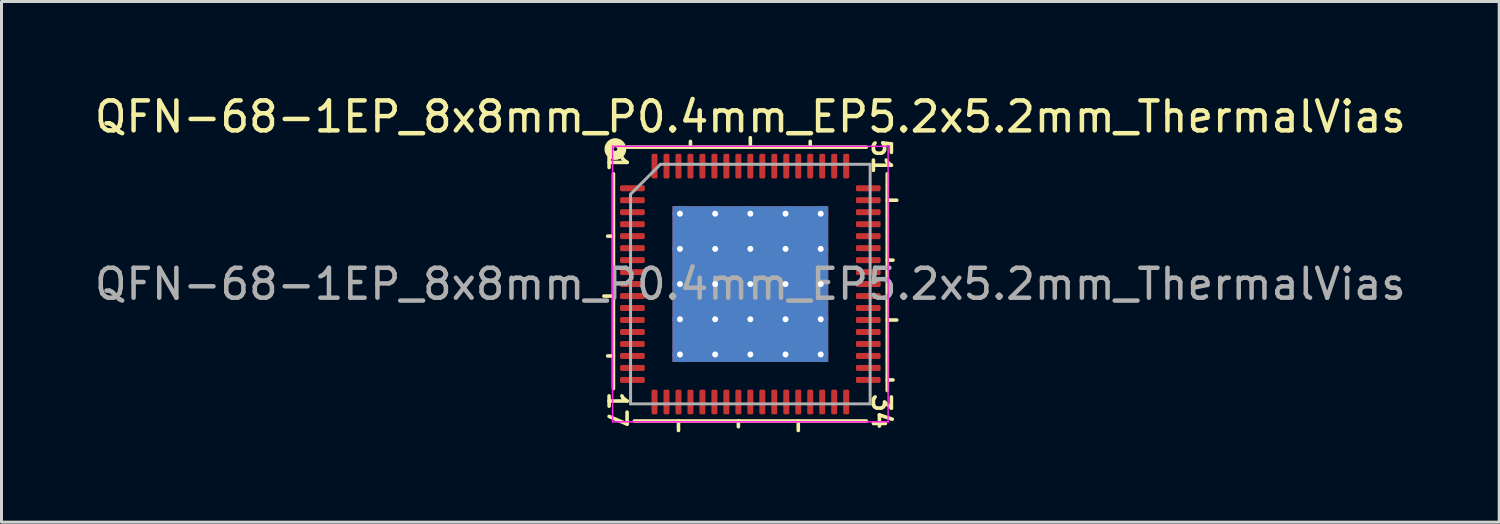
<source format=kicad_pcb>
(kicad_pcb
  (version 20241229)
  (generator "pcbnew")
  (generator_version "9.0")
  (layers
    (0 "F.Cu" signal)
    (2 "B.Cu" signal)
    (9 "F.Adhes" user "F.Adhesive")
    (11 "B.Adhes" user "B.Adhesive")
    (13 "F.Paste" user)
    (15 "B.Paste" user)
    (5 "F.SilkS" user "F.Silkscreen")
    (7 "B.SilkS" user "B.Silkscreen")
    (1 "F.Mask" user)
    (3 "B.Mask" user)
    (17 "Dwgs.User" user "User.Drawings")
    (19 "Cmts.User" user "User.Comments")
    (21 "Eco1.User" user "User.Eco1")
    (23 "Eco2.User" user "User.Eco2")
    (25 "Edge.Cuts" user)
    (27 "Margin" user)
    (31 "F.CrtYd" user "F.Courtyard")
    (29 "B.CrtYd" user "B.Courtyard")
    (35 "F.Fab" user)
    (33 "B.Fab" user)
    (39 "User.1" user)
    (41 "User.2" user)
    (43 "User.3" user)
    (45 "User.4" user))
  (footprint "QFN-68-1EP_8x8mm_P0.4mm_EP5.2x5.2mm_ThermalVias"
    (layer "F.Cu")
    (at 22.006 6.436)
    (property "Reference" "QFN-68-1EP_8x8mm_P0.4mm_EP5.2x5.2mm_ThermalVias" (at 0 -5.588 0) (layer "F.SilkS") (effects (font (size 1 1) (thickness 0.15))))
    (attr smd)
    (fp_line (start -4.572 -3.683) (end -4.572 3.493) (stroke (width 0.12) (type solid)) (layer "F.SilkS"))
    (fp_line (start -4.572 -1.6) (end -4.763 -1.6) (stroke (width 0.12) (type solid)) (layer "F.SilkS"))
    (fp_line (start -4.572 0.4) (end -4.889 0.4) (stroke (width 0.12) (type solid)) (layer "F.SilkS"))
    (fp_line (start -4.572 2.4) (end -4.763 2.4) (stroke (width 0.12) (type solid)) (layer "F.SilkS"))
    (fp_line (start -3.873 4.572) (end 3.873 4.572) (stroke (width 0.12) (type solid)) (layer "F.SilkS"))
    (fp_line (start -2.4 4.572) (end -2.4 4.889) (stroke (width 0.12) (type solid)) (layer "F.SilkS"))
    (fp_line (start -2 -4.572) (end -2 -4.763) (stroke (width 0.12) (type solid)) (layer "F.SilkS"))
    (fp_line (start -0.4 4.572) (end -0.4 4.763) (stroke (width 0.12) (type solid)) (layer "F.SilkS"))
    (fp_line (start 0 -4.572) (end 0 -4.889) (stroke (width 0.12) (type solid)) (layer "F.SilkS"))
    (fp_line (start 1.6 4.572) (end 1.6 4.889) (stroke (width 0.12) (type solid)) (layer "F.SilkS"))
    (fp_line (start 2 -4.572) (end 2 -4.763) (stroke (width 0.12) (type solid)) (layer "F.SilkS"))
    (fp_line (start 3.873 -4.572) (end -4.128 -4.572) (stroke (width 0.12) (type solid)) (layer "F.SilkS"))
    (fp_line (start 4.572 -2.8) (end 4.889 -2.8) (stroke (width 0.12) (type solid)) (layer "F.SilkS"))
    (fp_line (start 4.572 -0.8) (end 4.763 -0.8) (stroke (width 0.12) (type solid)) (layer "F.SilkS"))
    (fp_line (start 4.572 1.2) (end 4.889 1.2) (stroke (width 0.12) (type solid)) (layer "F.SilkS"))
    (fp_line (start 4.572 3.2) (end 4.763 3.2) (stroke (width 0.12) (type solid)) (layer "F.SilkS"))
    (fp_line (start 4.572 3.556) (end 4.572 -3.683) (stroke (width 0.12) (type solid)) (layer "F.SilkS"))
    (fp_circle (center -4.508 -4.508) (end -4.445 -4.508) (stroke (width 0.3) (type solid)) (fill no) (layer "F.SilkS"))
    (fp_line (start -4.6 -4.6) (end -4.6 4.6) (stroke (width 0.05) (type solid)) (layer "F.CrtYd"))
    (fp_line (start -4.6 4.6) (end 4.6 4.6) (stroke (width 0.05) (type solid)) (layer "F.CrtYd"))
    (fp_line (start 4.6 -4.6) (end -4.6 -4.6) (stroke (width 0.05) (type solid)) (layer "F.CrtYd"))
    (fp_line (start 4.6 4.6) (end 4.6 -4.6) (stroke (width 0.05) (type solid)) (layer "F.CrtYd"))
    (fp_line (start -4 -3) (end -3 -4) (stroke (width 0.1) (type solid)) (layer "F.Fab"))
    (fp_line (start -4 4) (end -4 -3) (stroke (width 0.1) (type solid)) (layer "F.Fab"))
    (fp_line (start -3 -4) (end 4 -4) (stroke (width 0.1) (type solid)) (layer "F.Fab"))
    (fp_line (start 4 -4) (end 4 4) (stroke (width 0.1) (type solid)) (layer "F.Fab"))
    (fp_line (start 4 4) (end -4 4) (stroke (width 0.1) (type solid)) (layer "F.Fab"))
    (fp_text user "17" (at -4.445 4.191 270) (unlocked yes) (layer "F.SilkS") (effects (font (size 0.6 0.6) (thickness 0.12))))
    (fp_text user "1" (at -4.445 -4.064 270) (unlocked yes) (layer "F.SilkS") (effects (font (size 0.6 0.6) (thickness 0.12))))
    (fp_text user "51" (at 4.381 -4.255 270) (unlocked yes) (layer "F.SilkS") (effects (font (size 0.6 0.6) (thickness 0.12))))
    (fp_text user "34" (at 4.381 4.255 270) (unlocked yes) (layer "F.SilkS") (effects (font (size 0.6 0.6) (thickness 0.12))))
    (fp_text user "${REFERENCE}" (at 0 0 0) (layer "F.Fab") (effects (font (size 1 1) (thickness 0.15))))
    (pad "" smd roundrect (at -1.762 -1.762) (size 1.007 1.007) (layers "F.Paste") (roundrect_rratio 0.248))
    (pad "" smd roundrect (at -1.762 -0.588) (size 1.007 1.007) (layers "F.Paste") (roundrect_rratio 0.248))
    (pad "" smd roundrect (at -1.762 0.588) (size 1.007 1.007) (layers "F.Paste") (roundrect_rratio 0.248))
    (pad "" smd roundrect (at -1.762 1.762) (size 1.007 1.007) (layers "F.Paste") (roundrect_rratio 0.248))
    (pad "" smd roundrect (at -0.588 -1.762) (size 1.007 1.007) (layers "F.Paste") (roundrect_rratio 0.248))
    (pad "" smd roundrect (at -0.588 -0.588) (size 1.007 1.007) (layers "F.Paste") (roundrect_rratio 0.248))
    (pad "" smd roundrect (at -0.588 0.588) (size 1.007 1.007) (layers "F.Paste") (roundrect_rratio 0.248))
    (pad "" smd roundrect (at -0.588 1.762) (size 1.007 1.007) (layers "F.Paste") (roundrect_rratio 0.248))
    (pad "" smd roundrect (at 0.588 -1.762) (size 1.007 1.007) (layers "F.Paste") (roundrect_rratio 0.248))
    (pad "" smd roundrect (at 0.588 -0.588) (size 1.007 1.007) (layers "F.Paste") (roundrect_rratio 0.248))
    (pad "" smd roundrect (at 0.588 0.588) (size 1.007 1.007) (layers "F.Paste") (roundrect_rratio 0.248))
    (pad "" smd roundrect (at 0.588 1.762) (size 1.007 1.007) (layers "F.Paste") (roundrect_rratio 0.248))
    (pad "" smd roundrect (at 1.762 -1.762) (size 1.007 1.007) (layers "F.Paste") (roundrect_rratio 0.248))
    (pad "" smd roundrect (at 1.762 -0.588) (size 1.007 1.007) (layers "F.Paste") (roundrect_rratio 0.248))
    (pad "" smd roundrect (at 1.762 0.588) (size 1.007 1.007) (layers "F.Paste") (roundrect_rratio 0.248))
    (pad "" smd roundrect (at 1.762 1.762) (size 1.007 1.007) (layers "F.Paste") (roundrect_rratio 0.248))
    (pad "1" smd roundrect (at -3.938 -3.2) (size 0.825 0.2) (layers "F.Cu" "F.Mask" "F.Paste") (roundrect_rratio 0.25))
    (pad "2" smd roundrect (at -3.938 -2.8) (size 0.825 0.2) (layers "F.Cu" "F.Mask" "F.Paste") (roundrect_rratio 0.25))
    (pad "3" smd roundrect (at -3.938 -2.4) (size 0.825 0.2) (layers "F.Cu" "F.Mask" "F.Paste") (roundrect_rratio 0.25))
    (pad "4" smd roundrect (at -3.938 -2) (size 0.825 0.2) (layers "F.Cu" "F.Mask" "F.Paste") (roundrect_rratio 0.25))
    (pad "5" smd roundrect (at -3.938 -1.6) (size 0.825 0.2) (layers "F.Cu" "F.Mask" "F.Paste") (roundrect_rratio 0.25))
    (pad "6" smd roundrect (at -3.938 -1.2) (size 0.825 0.2) (layers "F.Cu" "F.Mask" "F.Paste") (roundrect_rratio 0.25))
    (pad "7" smd roundrect (at -3.938 -0.8) (size 0.825 0.2) (layers "F.Cu" "F.Mask" "F.Paste") (roundrect_rratio 0.25))
    (pad "8" smd roundrect (at -3.938 -0.4) (size 0.825 0.2) (layers "F.Cu" "F.Mask" "F.Paste") (roundrect_rratio 0.25))
    (pad "9" smd roundrect (at -3.938 0) (size 0.825 0.2) (layers "F.Cu" "F.Mask" "F.Paste") (roundrect_rratio 0.25))
    (pad "10" smd roundrect (at -3.938 0.4) (size 0.825 0.2) (layers "F.Cu" "F.Mask" "F.Paste") (roundrect_rratio 0.25))
    (pad "11" smd roundrect (at -3.938 0.8) (size 0.825 0.2) (layers "F.Cu" "F.Mask" "F.Paste") (roundrect_rratio 0.25))
    (pad "12" smd roundrect (at -3.938 1.2) (size 0.825 0.2) (layers "F.Cu" "F.Mask" "F.Paste") (roundrect_rratio 0.25))
    (pad "13" smd roundrect (at -3.938 1.6) (size 0.825 0.2) (layers "F.Cu" "F.Mask" "F.Paste") (roundrect_rratio 0.25))
    (pad "14" smd roundrect (at -3.938 2) (size 0.825 0.2) (layers "F.Cu" "F.Mask" "F.Paste") (roundrect_rratio 0.25))
    (pad "15" smd roundrect (at -3.938 2.4) (size 0.825 0.2) (layers "F.Cu" "F.Mask" "F.Paste") (roundrect_rratio 0.25))
    (pad "16" smd roundrect (at -3.938 2.8) (size 0.825 0.2) (layers "F.Cu" "F.Mask" "F.Paste") (roundrect_rratio 0.25))
    (pad "17" smd roundrect (at -3.938 3.2) (size 0.825 0.2) (layers "F.Cu" "F.Mask" "F.Paste") (roundrect_rratio 0.25))
    (pad "18" smd roundrect (at -3.2 3.938) (size 0.2 0.825) (layers "F.Cu" "F.Mask" "F.Paste") (roundrect_rratio 0.25))
    (pad "19" smd roundrect (at -2.8 3.938) (size 0.2 0.825) (layers "F.Cu" "F.Mask" "F.Paste") (roundrect_rratio 0.25))
    (pad "20" smd roundrect (at -2.4 3.938) (size 0.2 0.825) (layers "F.Cu" "F.Mask" "F.Paste") (roundrect_rratio 0.25))
    (pad "21" smd roundrect (at -2 3.938) (size 0.2 0.825) (layers "F.Cu" "F.Mask" "F.Paste") (roundrect_rratio 0.25))
    (pad "22" smd roundrect (at -1.6 3.938) (size 0.2 0.825) (layers "F.Cu" "F.Mask" "F.Paste") (roundrect_rratio 0.25))
    (pad "23" smd roundrect (at -1.2 3.938) (size 0.2 0.825) (layers "F.Cu" "F.Mask" "F.Paste") (roundrect_rratio 0.25))
    (pad "24" smd roundrect (at -0.8 3.938) (size 0.2 0.825) (layers "F.Cu" "F.Mask" "F.Paste") (roundrect_rratio 0.25))
    (pad "25" smd roundrect (at -0.4 3.938) (size 0.2 0.825) (layers "F.Cu" "F.Mask" "F.Paste") (roundrect_rratio 0.25))
    (pad "26" smd roundrect (at 0 3.938) (size 0.2 0.825) (layers "F.Cu" "F.Mask" "F.Paste") (roundrect_rratio 0.25))
    (pad "27" smd roundrect (at 0.4 3.938) (size 0.2 0.825) (layers "F.Cu" "F.Mask" "F.Paste") (roundrect_rratio 0.25))
    (pad "28" smd roundrect (at 0.8 3.938) (size 0.2 0.825) (layers "F.Cu" "F.Mask" "F.Paste") (roundrect_rratio 0.25))
    (pad "29" smd roundrect (at 1.2 3.938) (size 0.2 0.825) (layers "F.Cu" "F.Mask" "F.Paste") (roundrect_rratio 0.25))
    (pad "30" smd roundrect (at 1.6 3.938) (size 0.2 0.825) (layers "F.Cu" "F.Mask" "F.Paste") (roundrect_rratio 0.25))
    (pad "31" smd roundrect (at 2 3.938) (size 0.2 0.825) (layers "F.Cu" "F.Mask" "F.Paste") (roundrect_rratio 0.25))
    (pad "32" smd roundrect (at 2.4 3.938) (size 0.2 0.825) (layers "F.Cu" "F.Mask" "F.Paste") (roundrect_rratio 0.25))
    (pad "33" smd roundrect (at 2.8 3.938) (size 0.2 0.825) (layers "F.Cu" "F.Mask" "F.Paste") (roundrect_rratio 0.25))
    (pad "34" smd roundrect (at 3.2 3.938) (size 0.2 0.825) (layers "F.Cu" "F.Mask" "F.Paste") (roundrect_rratio 0.25))
    (pad "35" smd roundrect (at 3.938 3.2) (size 0.825 0.2) (layers "F.Cu" "F.Mask" "F.Paste") (roundrect_rratio 0.25))
    (pad "36" smd roundrect (at 3.938 2.8) (size 0.825 0.2) (layers "F.Cu" "F.Mask" "F.Paste") (roundrect_rratio 0.25))
    (pad "37" smd roundrect (at 3.938 2.4) (size 0.825 0.2) (layers "F.Cu" "F.Mask" "F.Paste") (roundrect_rratio 0.25))
    (pad "38" smd roundrect (at 3.938 2) (size 0.825 0.2) (layers "F.Cu" "F.Mask" "F.Paste") (roundrect_rratio 0.25))
    (pad "39" smd roundrect (at 3.938 1.6) (size 0.825 0.2) (layers "F.Cu" "F.Mask" "F.Paste") (roundrect_rratio 0.25))
    (pad "40" smd roundrect (at 3.938 1.2) (size 0.825 0.2) (layers "F.Cu" "F.Mask" "F.Paste") (roundrect_rratio 0.25))
    (pad "41" smd roundrect (at 3.938 0.8) (size 0.825 0.2) (layers "F.Cu" "F.Mask" "F.Paste") (roundrect_rratio 0.25))
    (pad "42" smd roundrect (at 3.938 0.4) (size 0.825 0.2) (layers "F.Cu" "F.Mask" "F.Paste") (roundrect_rratio 0.25))
    (pad "43" smd roundrect (at 3.938 0) (size 0.825 0.2) (layers "F.Cu" "F.Mask" "F.Paste") (roundrect_rratio 0.25))
    (pad "44" smd roundrect (at 3.938 -0.4) (size 0.825 0.2) (layers "F.Cu" "F.Mask" "F.Paste") (roundrect_rratio 0.25))
    (pad "45" smd roundrect (at 3.938 -0.8) (size 0.825 0.2) (layers "F.Cu" "F.Mask" "F.Paste") (roundrect_rratio 0.25))
    (pad "46" smd roundrect (at 3.938 -1.2) (size 0.825 0.2) (layers "F.Cu" "F.Mask" "F.Paste") (roundrect_rratio 0.25))
    (pad "47" smd roundrect (at 3.938 -1.6) (size 0.825 0.2) (layers "F.Cu" "F.Mask" "F.Paste") (roundrect_rratio 0.25))
    (pad "48" smd roundrect (at 3.938 -2) (size 0.825 0.2) (layers "F.Cu" "F.Mask" "F.Paste") (roundrect_rratio 0.25))
    (pad "49" smd roundrect (at 3.938 -2.4) (size 0.825 0.2) (layers "F.Cu" "F.Mask" "F.Paste") (roundrect_rratio 0.25))
    (pad "50" smd roundrect (at 3.938 -2.8) (size 0.825 0.2) (layers "F.Cu" "F.Mask" "F.Paste") (roundrect_rratio 0.25))
    (pad "51" smd roundrect (at 3.938 -3.2) (size 0.825 0.2) (layers "F.Cu" "F.Mask" "F.Paste") (roundrect_rratio 0.25))
    (pad "52" smd roundrect (at 3.2 -3.938) (size 0.2 0.825) (layers "F.Cu" "F.Mask" "F.Paste") (roundrect_rratio 0.25))
    (pad "53" smd roundrect (at 2.8 -3.938) (size 0.2 0.825) (layers "F.Cu" "F.Mask" "F.Paste") (roundrect_rratio 0.25))
    (pad "54" smd roundrect (at 2.4 -3.938) (size 0.2 0.825) (layers "F.Cu" "F.Mask" "F.Paste") (roundrect_rratio 0.25))
    (pad "55" smd roundrect (at 2 -3.938) (size 0.2 0.825) (layers "F.Cu" "F.Mask" "F.Paste") (roundrect_rratio 0.25))
    (pad "56" smd roundrect (at 1.6 -3.938) (size 0.2 0.825) (layers "F.Cu" "F.Mask" "F.Paste") (roundrect_rratio 0.25))
    (pad "57" smd roundrect (at 1.2 -3.938) (size 0.2 0.825) (layers "F.Cu" "F.Mask" "F.Paste") (roundrect_rratio 0.25))
    (pad "58" smd roundrect (at 0.8 -3.938) (size 0.2 0.825) (layers "F.Cu" "F.Mask" "F.Paste") (roundrect_rratio 0.25))
    (pad "59" smd roundrect (at 0.4 -3.938) (size 0.2 0.825) (layers "F.Cu" "F.Mask" "F.Paste") (roundrect_rratio 0.25))
    (pad "60" smd roundrect (at 0 -3.938) (size 0.2 0.825) (layers "F.Cu" "F.Mask" "F.Paste") (roundrect_rratio 0.25))
    (pad "61" smd roundrect (at -0.4 -3.938) (size 0.2 0.825) (layers "F.Cu" "F.Mask" "F.Paste") (roundrect_rratio 0.25))
    (pad "62" smd roundrect (at -0.8 -3.938) (size 0.2 0.825) (layers "F.Cu" "F.Mask" "F.Paste") (roundrect_rratio 0.25))
    (pad "63" smd roundrect (at -1.2 -3.938) (size 0.2 0.825) (layers "F.Cu" "F.Mask" "F.Paste") (roundrect_rratio 0.25))
    (pad "64" smd roundrect (at -1.6 -3.938) (size 0.2 0.825) (layers "F.Cu" "F.Mask" "F.Paste") (roundrect_rratio 0.25))
    (pad "65" smd roundrect (at -2 -3.938) (size 0.2 0.825) (layers "F.Cu" "F.Mask" "F.Paste") (roundrect_rratio 0.25))
    (pad "66" smd roundrect (at -2.4 -3.938) (size 0.2 0.825) (layers "F.Cu" "F.Mask" "F.Paste") (roundrect_rratio 0.25))
    (pad "67" smd roundrect (at -2.8 -3.938) (size 0.2 0.825) (layers "F.Cu" "F.Mask" "F.Paste") (roundrect_rratio 0.25))
    (pad "68" smd roundrect (at -3.2 -3.938) (size 0.2 0.825) (layers "F.Cu" "F.Mask" "F.Paste") (roundrect_rratio 0.25))
    (pad "69" thru_hole circle (at -2.35 -2.35) (size 0.5 0.5) (drill 0.2) (layers "*.Cu"))
    (pad "69" thru_hole circle (at -2.35 -1.175) (size 0.5 0.5) (drill 0.2) (layers "*.Cu"))
    (pad "69" thru_hole circle (at -2.35 0) (size 0.5 0.5) (drill 0.2) (layers "*.Cu"))
    (pad "69" thru_hole circle (at -2.35 1.175) (size 0.5 0.5) (drill 0.2) (layers "*.Cu"))
    (pad "69" thru_hole circle (at -2.35 2.35) (size 0.5 0.5) (drill 0.2) (layers "*.Cu"))
    (pad "69" thru_hole circle (at -1.175 -2.35) (size 0.5 0.5) (drill 0.2) (layers "*.Cu"))
    (pad "69" thru_hole circle (at -1.175 -1.175) (size 0.5 0.5) (drill 0.2) (layers "*.Cu"))
    (pad "69" thru_hole circle (at -1.175 0) (size 0.5 0.5) (drill 0.2) (layers "*.Cu"))
    (pad "69" thru_hole circle (at -1.175 1.175) (size 0.5 0.5) (drill 0.2) (layers "*.Cu"))
    (pad "69" thru_hole circle (at -1.175 2.35) (size 0.5 0.5) (drill 0.2) (layers "*.Cu"))
    (pad "69" thru_hole circle (at 0 -2.35) (size 0.5 0.5) (drill 0.2) (layers "*.Cu"))
    (pad "69" thru_hole circle (at 0 -1.175) (size 0.5 0.5) (drill 0.2) (layers "*.Cu"))
    (pad "69" thru_hole circle (at 0 0) (size 0.5 0.5) (drill 0.2) (layers "*.Cu"))
    (pad "69" smd rect (at 0 0) (size 5.2 5.2) (layers "F.Cu" "F.Mask"))
    (pad "69" smd rect (at 0 0) (size 5.2 5.2) (layers "B.Cu" "B.Mask"))
    (pad "69" thru_hole circle (at 0 1.175) (size 0.5 0.5) (drill 0.2) (layers "*.Cu"))
    (pad "69" thru_hole circle (at 0 2.35) (size 0.5 0.5) (drill 0.2) (layers "*.Cu"))
    (pad "69" thru_hole circle (at 1.175 -2.35) (size 0.5 0.5) (drill 0.2) (layers "*.Cu"))
    (pad "69" thru_hole circle (at 1.175 -1.175) (size 0.5 0.5) (drill 0.2) (layers "*.Cu"))
    (pad "69" thru_hole circle (at 1.175 0) (size 0.5 0.5) (drill 0.2) (layers "*.Cu"))
    (pad "69" thru_hole circle (at 1.175 1.175) (size 0.5 0.5) (drill 0.2) (layers "*.Cu"))
    (pad "69" thru_hole circle (at 1.175 2.35) (size 0.5 0.5) (drill 0.2) (layers "*.Cu"))
    (pad "69" thru_hole circle (at 2.35 -2.35) (size 0.5 0.5) (drill 0.2) (layers "*.Cu"))
    (pad "69" thru_hole circle (at 2.35 -1.175) (size 0.5 0.5) (drill 0.2) (layers "*.Cu"))
    (pad "69" thru_hole circle (at 2.35 0) (size 0.5 0.5) (drill 0.2) (layers "*.Cu"))
    (pad "69" thru_hole circle (at 2.35 1.175) (size 0.5 0.5) (drill 0.2) (layers "*.Cu"))
    (pad "69" thru_hole circle (at 2.35 2.35) (size 0.5 0.5) (drill 0.2) (layers "*.Cu")))
  (gr_rect
    (start -3 -3)
    (end 47.012 14.386)
    (stroke (width 0.1) (type default))
    (fill no)
    (layer "Edge.Cuts")))
</source>
